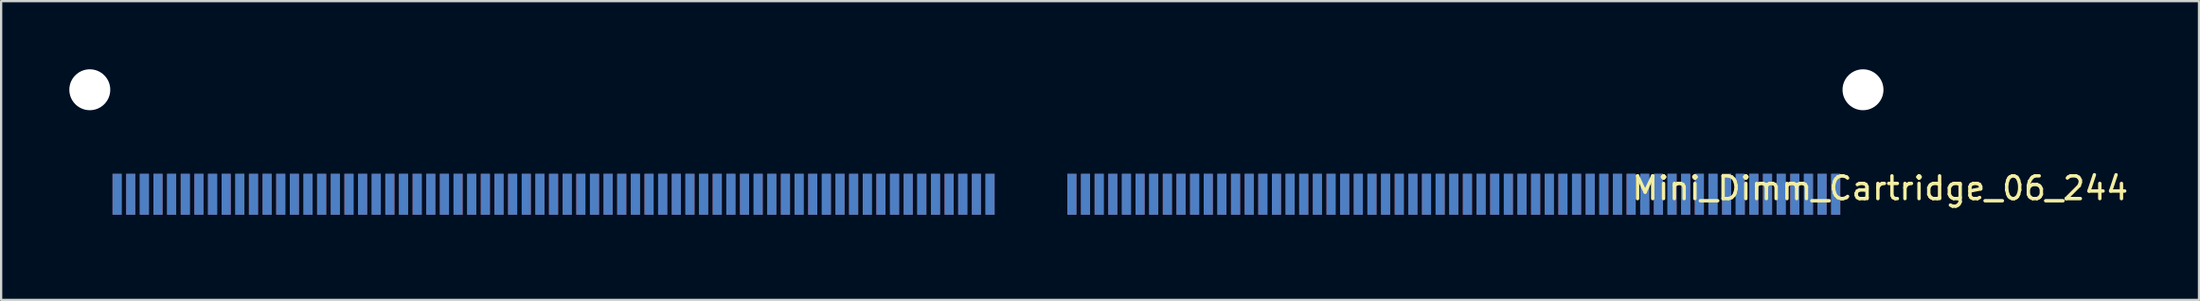
<source format=kicad_pcb>
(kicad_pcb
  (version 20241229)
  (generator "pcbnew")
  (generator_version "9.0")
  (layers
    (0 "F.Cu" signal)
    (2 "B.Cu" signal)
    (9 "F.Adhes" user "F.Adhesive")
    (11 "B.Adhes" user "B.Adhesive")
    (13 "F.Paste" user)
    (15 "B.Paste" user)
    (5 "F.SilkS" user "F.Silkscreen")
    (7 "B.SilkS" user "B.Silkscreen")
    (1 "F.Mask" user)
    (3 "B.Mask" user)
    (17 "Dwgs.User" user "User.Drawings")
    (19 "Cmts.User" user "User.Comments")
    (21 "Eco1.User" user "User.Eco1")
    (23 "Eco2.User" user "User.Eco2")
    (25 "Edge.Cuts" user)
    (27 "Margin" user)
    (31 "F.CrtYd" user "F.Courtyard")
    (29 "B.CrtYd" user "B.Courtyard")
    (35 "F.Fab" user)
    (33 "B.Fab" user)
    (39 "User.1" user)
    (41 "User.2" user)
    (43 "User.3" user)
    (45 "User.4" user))
  (footprint "Mini_Dimm_Cartridge_06_244"
    (layer "F.Cu")
    (at 39.9 6.9)
    (property "Reference" "Mini_Dimm_Cartridge_06_244" (at 39.75 -1.665 0) (layer "F.SilkS") (effects (font (size 1 1) (thickness 0.15))))
    (attr through_hole)
    (fp_poly (pts (xy -38.4 -2.3) (xy -38.4 0) (xy 38.4 0) (xy 38.4 -2.3)) (stroke (width 0.15) (type solid)) (fill yes) (layer "F.Mask"))
    (fp_poly (pts (xy -38.4 -2.3) (xy -38.4 0) (xy 38.4 0) (xy 38.4 -2.3)) (stroke (width 0.15) (type solid)) (fill yes) (layer "B.Mask"))
    (pad "" np_thru_hole circle (at -39 -6) (size 1.8 1.8) (drill 1.8) (layers "*.Cu" "*.Mask"))
    (pad "" np_thru_hole circle (at 39 -6) (size 1.8 1.8) (drill 1.8) (layers "*.Cu" "*.Mask"))
    (pad "1" smd rect (at -37.8 -1.4) (size 0.4 1.8) (layers "F.Cu" "F.Mask"))
    (pad "2" smd rect (at -37.2 -1.4) (size 0.4 1.8) (layers "F.Cu" "F.Mask"))
    (pad "3" smd rect (at -36.6 -1.4) (size 0.4 1.8) (layers "F.Cu" "F.Mask"))
    (pad "4" smd rect (at -36 -1.4) (size 0.4 1.8) (layers "F.Cu" "F.Mask"))
    (pad "5" smd rect (at -35.4 -1.4) (size 0.4 1.8) (layers "F.Cu" "F.Mask"))
    (pad "6" smd rect (at -34.8 -1.4) (size 0.4 1.8) (layers "F.Cu" "F.Mask"))
    (pad "7" smd rect (at -34.2 -1.4) (size 0.4 1.8) (layers "F.Cu" "F.Mask"))
    (pad "8" smd rect (at -33.6 -1.4) (size 0.4 1.8) (layers "F.Cu" "F.Mask"))
    (pad "9" smd rect (at -33 -1.4) (size 0.4 1.8) (layers "F.Cu" "F.Mask"))
    (pad "10" smd rect (at -32.4 -1.4) (size 0.4 1.8) (layers "F.Cu" "F.Mask"))
    (pad "11" smd rect (at -31.8 -1.4) (size 0.4 1.8) (layers "F.Cu" "F.Mask"))
    (pad "12" smd rect (at -31.2 -1.4) (size 0.4 1.8) (layers "F.Cu" "F.Mask"))
    (pad "13" smd rect (at -30.6 -1.4) (size 0.4 1.8) (layers "F.Cu" "F.Mask"))
    (pad "14" smd rect (at -30 -1.4) (size 0.4 1.8) (layers "F.Cu" "F.Mask"))
    (pad "15" smd rect (at -29.4 -1.4) (size 0.4 1.8) (layers "F.Cu" "F.Mask"))
    (pad "16" smd rect (at -28.8 -1.4) (size 0.4 1.8) (layers "F.Cu" "F.Mask"))
    (pad "17" smd rect (at -28.2 -1.4) (size 0.4 1.8) (layers "F.Cu" "F.Mask"))
    (pad "18" smd rect (at -27.6 -1.4) (size 0.4 1.8) (layers "F.Cu" "F.Mask"))
    (pad "19" smd rect (at -27 -1.4) (size 0.4 1.8) (layers "F.Cu" "F.Mask"))
    (pad "20" smd rect (at -26.4 -1.4) (size 0.4 1.8) (layers "F.Cu" "F.Mask"))
    (pad "21" smd rect (at -25.8 -1.4) (size 0.4 1.8) (layers "F.Cu" "F.Mask"))
    (pad "22" smd rect (at -25.2 -1.4) (size 0.4 1.8) (layers "F.Cu" "F.Mask"))
    (pad "23" smd rect (at -24.6 -1.4) (size 0.4 1.8) (layers "F.Cu" "F.Mask"))
    (pad "24" smd rect (at -24 -1.4) (size 0.4 1.8) (layers "F.Cu" "F.Mask"))
    (pad "25" smd rect (at -23.4 -1.4) (size 0.4 1.8) (layers "F.Cu" "F.Mask"))
    (pad "26" smd rect (at -22.8 -1.4) (size 0.4 1.8) (layers "F.Cu" "F.Mask"))
    (pad "27" smd rect (at -22.2 -1.4) (size 0.4 1.8) (layers "F.Cu" "F.Mask"))
    (pad "28" smd rect (at -21.6 -1.4) (size 0.4 1.8) (layers "F.Cu" "F.Mask"))
    (pad "29" smd rect (at -21 -1.4) (size 0.4 1.8) (layers "F.Cu" "F.Mask"))
    (pad "30" smd rect (at -20.4 -1.4) (size 0.4 1.8) (layers "F.Cu" "F.Mask"))
    (pad "31" smd rect (at -19.8 -1.4) (size 0.4 1.8) (layers "F.Cu" "F.Mask"))
    (pad "32" smd rect (at -19.2 -1.4) (size 0.4 1.8) (layers "F.Cu" "F.Mask"))
    (pad "33" smd rect (at -18.6 -1.4) (size 0.4 1.8) (layers "F.Cu" "F.Mask"))
    (pad "34" smd rect (at -18 -1.4) (size 0.4 1.8) (layers "F.Cu" "F.Mask"))
    (pad "35" smd rect (at -17.4 -1.4) (size 0.4 1.8) (layers "F.Cu" "F.Mask"))
    (pad "36" smd rect (at -16.8 -1.4) (size 0.4 1.8) (layers "F.Cu" "F.Mask"))
    (pad "37" smd rect (at -16.2 -1.4) (size 0.4 1.8) (layers "F.Cu" "F.Mask"))
    (pad "38" smd rect (at -15.6 -1.4) (size 0.4 1.8) (layers "F.Cu" "F.Mask"))
    (pad "39" smd rect (at -15 -1.4) (size 0.4 1.8) (layers "F.Cu" "F.Mask"))
    (pad "40" smd rect (at -14.4 -1.4) (size 0.4 1.8) (layers "F.Cu" "F.Mask"))
    (pad "41" smd rect (at -13.8 -1.4) (size 0.4 1.8) (layers "F.Cu" "F.Mask"))
    (pad "42" smd rect (at -13.2 -1.4) (size 0.4 1.8) (layers "F.Cu" "F.Mask"))
    (pad "43" smd rect (at -12.6 -1.4) (size 0.4 1.8) (layers "F.Cu" "F.Mask"))
    (pad "44" smd rect (at -12 -1.4) (size 0.4 1.8) (layers "F.Cu" "F.Mask"))
    (pad "45" smd rect (at -11.4 -1.4) (size 0.4 1.8) (layers "F.Cu" "F.Mask"))
    (pad "46" smd rect (at -10.8 -1.4) (size 0.4 1.8) (layers "F.Cu" "F.Mask"))
    (pad "47" smd rect (at -10.2 -1.4) (size 0.4 1.8) (layers "F.Cu" "F.Mask"))
    (pad "48" smd rect (at -9.6 -1.4) (size 0.4 1.8) (layers "F.Cu" "F.Mask"))
    (pad "49" smd rect (at -9 -1.4) (size 0.4 1.8) (layers "F.Cu" "F.Mask"))
    (pad "50" smd rect (at -8.4 -1.4) (size 0.4 1.8) (layers "F.Cu" "F.Mask"))
    (pad "51" smd rect (at -7.8 -1.4) (size 0.4 1.8) (layers "F.Cu" "F.Mask"))
    (pad "52" smd rect (at -7.2 -1.4) (size 0.4 1.8) (layers "F.Cu" "F.Mask"))
    (pad "53" smd rect (at -6.6 -1.4) (size 0.4 1.8) (layers "F.Cu" "F.Mask"))
    (pad "54" smd rect (at -6 -1.4) (size 0.4 1.8) (layers "F.Cu" "F.Mask"))
    (pad "55" smd rect (at -5.4 -1.4) (size 0.4 1.8) (layers "F.Cu" "F.Mask"))
    (pad "56" smd rect (at -4.8 -1.4) (size 0.4 1.8) (layers "F.Cu" "F.Mask"))
    (pad "57" smd rect (at -4.2 -1.4) (size 0.4 1.8) (layers "F.Cu" "F.Mask"))
    (pad "58" smd rect (at -3.6 -1.4) (size 0.4 1.8) (layers "F.Cu" "F.Mask"))
    (pad "59" smd rect (at -3 -1.4) (size 0.4 1.8) (layers "F.Cu" "F.Mask"))
    (pad "60" smd rect (at -2.4 -1.4) (size 0.4 1.8) (layers "F.Cu" "F.Mask"))
    (pad "61" smd rect (at -1.8 -1.4) (size 0.4 1.8) (layers "F.Cu" "F.Mask"))
    (pad "62" smd rect (at -1.2 -1.4) (size 0.4 1.8) (layers "F.Cu" "F.Mask"))
    (pad "63" smd rect (at -0.6 -1.4) (size 0.4 1.8) (layers "F.Cu" "F.Mask"))
    (pad "64" smd rect (at 0 -1.4) (size 0.4 1.8) (layers "F.Cu" "F.Mask"))
    (pad "65" smd rect (at 0.6 -1.4) (size 0.4 1.8) (layers "F.Cu" "F.Mask"))
    (pad "66" smd rect (at 4.2 -1.4) (size 0.4 1.8) (layers "F.Cu" "F.Mask"))
    (pad "67" smd rect (at 4.8 -1.4) (size 0.4 1.8) (layers "F.Cu" "F.Mask"))
    (pad "68" smd rect (at 5.4 -1.4) (size 0.4 1.8) (layers "F.Cu" "F.Mask"))
    (pad "69" smd rect (at 6 -1.4) (size 0.4 1.8) (layers "F.Cu" "F.Mask"))
    (pad "70" smd rect (at 6.6 -1.4) (size 0.4 1.8) (layers "F.Cu" "F.Mask"))
    (pad "71" smd rect (at 7.2 -1.4) (size 0.4 1.8) (layers "F.Cu" "F.Mask"))
    (pad "72" smd rect (at 7.8 -1.4) (size 0.4 1.8) (layers "F.Cu" "F.Mask"))
    (pad "73" smd rect (at 8.4 -1.4) (size 0.4 1.8) (layers "F.Cu" "F.Mask"))
    (pad "74" smd rect (at 9 -1.4) (size 0.4 1.8) (layers "F.Cu" "F.Mask"))
    (pad "75" smd rect (at 9.6 -1.4) (size 0.4 1.8) (layers "F.Cu" "F.Mask"))
    (pad "76" smd rect (at 10.2 -1.4) (size 0.4 1.8) (layers "F.Cu" "F.Mask"))
    (pad "77" smd rect (at 10.8 -1.4) (size 0.4 1.8) (layers "F.Cu" "F.Mask"))
    (pad "78" smd rect (at 11.4 -1.4) (size 0.4 1.8) (layers "F.Cu" "F.Mask"))
    (pad "79" smd rect (at 12 -1.4) (size 0.4 1.8) (layers "F.Cu" "F.Mask"))
    (pad "80" smd rect (at 12.6 -1.4) (size 0.4 1.8) (layers "F.Cu" "F.Mask"))
    (pad "81" smd rect (at 13.2 -1.4) (size 0.4 1.8) (layers "F.Cu" "F.Mask"))
    (pad "82" smd rect (at 13.8 -1.4) (size 0.4 1.8) (layers "F.Cu" "F.Mask"))
    (pad "83" smd rect (at 14.4 -1.4) (size 0.4 1.8) (layers "F.Cu" "F.Mask"))
    (pad "84" smd rect (at 15 -1.4) (size 0.4 1.8) (layers "F.Cu" "F.Mask"))
    (pad "85" smd rect (at 15.6 -1.4) (size 0.4 1.8) (layers "F.Cu" "F.Mask"))
    (pad "86" smd rect (at 16.2 -1.4) (size 0.4 1.8) (layers "F.Cu" "F.Mask"))
    (pad "87" smd rect (at 16.8 -1.4) (size 0.4 1.8) (layers "F.Cu" "F.Mask"))
    (pad "88" smd rect (at 17.4 -1.4) (size 0.4 1.8) (layers "F.Cu" "F.Mask"))
    (pad "89" smd rect (at 18 -1.4) (size 0.4 1.8) (layers "F.Cu" "F.Mask"))
    (pad "90" smd rect (at 18.6 -1.4) (size 0.4 1.8) (layers "F.Cu" "F.Mask"))
    (pad "91" smd rect (at 19.2 -1.4) (size 0.4 1.8) (layers "F.Cu" "F.Mask"))
    (pad "92" smd rect (at 19.8 -1.4) (size 0.4 1.8) (layers "F.Cu" "F.Mask"))
    (pad "93" smd rect (at 20.4 -1.4) (size 0.4 1.8) (layers "F.Cu" "F.Mask"))
    (pad "94" smd rect (at 21 -1.4) (size 0.4 1.8) (layers "F.Cu" "F.Mask"))
    (pad "95" smd rect (at 21.6 -1.4) (size 0.4 1.8) (layers "F.Cu" "F.Mask"))
    (pad "96" smd rect (at 22.2 -1.4) (size 0.4 1.8) (layers "F.Cu" "F.Mask"))
    (pad "97" smd rect (at 22.8 -1.4) (size 0.4 1.8) (layers "F.Cu" "F.Mask"))
    (pad "98" smd rect (at 23.4 -1.4) (size 0.4 1.8) (layers "F.Cu" "F.Mask"))
    (pad "99" smd rect (at 24 -1.4) (size 0.4 1.8) (layers "F.Cu" "F.Mask"))
    (pad "100" smd rect (at 24.6 -1.4) (size 0.4 1.8) (layers "F.Cu" "F.Mask"))
    (pad "101" smd rect (at 25.2 -1.4) (size 0.4 1.8) (layers "F.Cu" "F.Mask"))
    (pad "102" smd rect (at 25.8 -1.4) (size 0.4 1.8) (layers "F.Cu" "F.Mask"))
    (pad "103" smd rect (at 26.4 -1.4) (size 0.4 1.8) (layers "F.Cu" "F.Mask"))
    (pad "104" smd rect (at 27 -1.4) (size 0.4 1.8) (layers "F.Cu" "F.Mask"))
    (pad "105" smd rect (at 27.6 -1.4) (size 0.4 1.8) (layers "F.Cu" "F.Mask"))
    (pad "106" smd rect (at 28.2 -1.4) (size 0.4 1.8) (layers "F.Cu" "F.Mask"))
    (pad "107" smd rect (at 28.8 -1.4) (size 0.4 1.8) (layers "F.Cu" "F.Mask"))
    (pad "108" smd rect (at 29.4 -1.4) (size 0.4 1.8) (layers "F.Cu" "F.Mask"))
    (pad "109" smd rect (at 30 -1.4) (size 0.4 1.8) (layers "F.Cu" "F.Mask"))
    (pad "110" smd rect (at 30.6 -1.4) (size 0.4 1.8) (layers "F.Cu" "F.Mask"))
    (pad "111" smd rect (at 31.2 -1.4) (size 0.4 1.8) (layers "F.Cu" "F.Mask"))
    (pad "112" smd rect (at 31.8 -1.4) (size 0.4 1.8) (layers "F.Cu" "F.Mask"))
    (pad "113" smd rect (at 32.4 -1.4) (size 0.4 1.8) (layers "F.Cu" "F.Mask"))
    (pad "114" smd rect (at 33 -1.4) (size 0.4 1.8) (layers "F.Cu" "F.Mask"))
    (pad "115" smd rect (at 33.6 -1.4) (size 0.4 1.8) (layers "F.Cu" "F.Mask"))
    (pad "116" smd rect (at 34.2 -1.4) (size 0.4 1.8) (layers "F.Cu" "F.Mask"))
    (pad "117" smd rect (at 34.8 -1.4) (size 0.4 1.8) (layers "F.Cu" "F.Mask"))
    (pad "118" smd rect (at 35.4 -1.4) (size 0.4 1.8) (layers "F.Cu" "F.Mask"))
    (pad "119" smd rect (at 36 -1.4) (size 0.4 1.8) (layers "F.Cu" "F.Mask"))
    (pad "120" smd rect (at 36.6 -1.4) (size 0.4 1.8) (layers "F.Cu" "F.Mask"))
    (pad "121" smd rect (at 37.2 -1.4) (size 0.4 1.8) (layers "F.Cu" "F.Mask"))
    (pad "122" smd rect (at 37.8 -1.4) (size 0.4 1.8) (layers "F.Cu" "F.Mask"))
    (pad "123" smd rect (at 37.8 -1.4) (size 0.4 1.8) (layers "B.Cu" "B.Mask"))
    (pad "124" smd rect (at 37.2 -1.4) (size 0.4 1.8) (layers "B.Cu" "B.Mask"))
    (pad "125" smd rect (at 36.6 -1.4) (size 0.4 1.8) (layers "B.Cu" "B.Mask"))
    (pad "126" smd rect (at 36 -1.4) (size 0.4 1.8) (layers "B.Cu" "B.Mask"))
    (pad "127" smd rect (at 35.4 -1.4) (size 0.4 1.8) (layers "B.Cu" "B.Mask"))
    (pad "128" smd rect (at 34.8 -1.4) (size 0.4 1.8) (layers "B.Cu" "B.Mask"))
    (pad "129" smd rect (at 34.2 -1.4) (size 0.4 1.8) (layers "B.Cu" "B.Mask"))
    (pad "130" smd rect (at 33.6 -1.4) (size 0.4 1.8) (layers "B.Cu" "B.Mask"))
    (pad "131" smd rect (at 33 -1.4) (size 0.4 1.8) (layers "B.Cu" "B.Mask"))
    (pad "132" smd rect (at 32.4 -1.4) (size 0.4 1.8) (layers "B.Cu" "B.Mask"))
    (pad "133" smd rect (at 31.8 -1.4) (size 0.4 1.8) (layers "B.Cu" "B.Mask"))
    (pad "134" smd rect (at 31.2 -1.4) (size 0.4 1.8) (layers "B.Cu" "B.Mask"))
    (pad "135" smd rect (at 30.6 -1.4) (size 0.4 1.8) (layers "B.Cu" "B.Mask"))
    (pad "136" smd rect (at 30 -1.4) (size 0.4 1.8) (layers "B.Cu" "B.Mask"))
    (pad "137" smd rect (at 29.4 -1.4) (size 0.4 1.8) (layers "B.Cu" "B.Mask"))
    (pad "138" smd rect (at 28.8 -1.4) (size 0.4 1.8) (layers "B.Cu" "B.Mask"))
    (pad "139" smd rect (at 28.2 -1.4) (size 0.4 1.8) (layers "B.Cu" "B.Mask"))
    (pad "140" smd rect (at 27.6 -1.4) (size 0.4 1.8) (layers "B.Cu" "B.Mask"))
    (pad "141" smd rect (at 27 -1.4) (size 0.4 1.8) (layers "B.Cu" "B.Mask"))
    (pad "142" smd rect (at 26.4 -1.4) (size 0.4 1.8) (layers "B.Cu" "B.Mask"))
    (pad "143" smd rect (at 25.8 -1.4) (size 0.4 1.8) (layers "B.Cu" "B.Mask"))
    (pad "144" smd rect (at 25.2 -1.4) (size 0.4 1.8) (layers "B.Cu" "B.Mask"))
    (pad "145" smd rect (at 24.6 -1.4) (size 0.4 1.8) (layers "B.Cu" "B.Mask"))
    (pad "146" smd rect (at 24 -1.4) (size 0.4 1.8) (layers "B.Cu" "B.Mask"))
    (pad "147" smd rect (at 23.4 -1.4) (size 0.4 1.8) (layers "B.Cu" "B.Mask"))
    (pad "148" smd rect (at 22.8 -1.4) (size 0.4 1.8) (layers "B.Cu" "B.Mask"))
    (pad "149" smd rect (at 22.2 -1.4) (size 0.4 1.8) (layers "B.Cu" "B.Mask"))
    (pad "150" smd rect (at 21.6 -1.4) (size 0.4 1.8) (layers "B.Cu" "B.Mask"))
    (pad "151" smd rect (at 21 -1.4) (size 0.4 1.8) (layers "B.Cu" "B.Mask"))
    (pad "152" smd rect (at 20.4 -1.4) (size 0.4 1.8) (layers "B.Cu" "B.Mask"))
    (pad "153" smd rect (at 19.8 -1.4) (size 0.4 1.8) (layers "B.Cu" "B.Mask"))
    (pad "154" smd rect (at 19.2 -1.4) (size 0.4 1.8) (layers "B.Cu" "B.Mask"))
    (pad "155" smd rect (at 18.6 -1.4) (size 0.4 1.8) (layers "B.Cu" "B.Mask"))
    (pad "156" smd rect (at 18 -1.4) (size 0.4 1.8) (layers "B.Cu" "B.Mask"))
    (pad "157" smd rect (at 17.4 -1.4) (size 0.4 1.8) (layers "B.Cu" "B.Mask"))
    (pad "158" smd rect (at 16.8 -1.4) (size 0.4 1.8) (layers "B.Cu" "B.Mask"))
    (pad "159" smd rect (at 16.2 -1.4) (size 0.4 1.8) (layers "B.Cu" "B.Mask"))
    (pad "160" smd rect (at 15.6 -1.4) (size 0.4 1.8) (layers "B.Cu" "B.Mask"))
    (pad "161" smd rect (at 15 -1.4) (size 0.4 1.8) (layers "B.Cu" "B.Mask"))
    (pad "162" smd rect (at 14.4 -1.4) (size 0.4 1.8) (layers "B.Cu" "B.Mask"))
    (pad "163" smd rect (at 13.8 -1.4) (size 0.4 1.8) (layers "B.Cu" "B.Mask"))
    (pad "164" smd rect (at 13.2 -1.4) (size 0.4 1.8) (layers "B.Cu" "B.Mask"))
    (pad "165" smd rect (at 12.6 -1.4) (size 0.4 1.8) (layers "B.Cu" "B.Mask"))
    (pad "166" smd rect (at 12 -1.4) (size 0.4 1.8) (layers "B.Cu" "B.Mask"))
    (pad "167" smd rect (at 11.4 -1.4) (size 0.4 1.8) (layers "B.Cu" "B.Mask"))
    (pad "168" smd rect (at 10.8 -1.4) (size 0.4 1.8) (layers "B.Cu" "B.Mask"))
    (pad "169" smd rect (at 10.2 -1.4) (size 0.4 1.8) (layers "B.Cu" "B.Mask"))
    (pad "170" smd rect (at 9.6 -1.4) (size 0.4 1.8) (layers "B.Cu" "B.Mask"))
    (pad "171" smd rect (at 9 -1.4) (size 0.4 1.8) (layers "B.Cu" "B.Mask"))
    (pad "172" smd rect (at 8.4 -1.4) (size 0.4 1.8) (layers "B.Cu" "B.Mask"))
    (pad "173" smd rect (at 7.8 -1.4) (size 0.4 1.8) (layers "B.Cu" "B.Mask"))
    (pad "174" smd rect (at 7.2 -1.4) (size 0.4 1.8) (layers "B.Cu" "B.Mask"))
    (pad "175" smd rect (at 6.6 -1.4) (size 0.4 1.8) (layers "B.Cu" "B.Mask"))
    (pad "176" smd rect (at 6 -1.4) (size 0.4 1.8) (layers "B.Cu" "B.Mask"))
    (pad "177" smd rect (at 5.4 -1.4) (size 0.4 1.8) (layers "B.Cu" "B.Mask"))
    (pad "178" smd rect (at 4.8 -1.4) (size 0.4 1.8) (layers "B.Cu" "B.Mask"))
    (pad "179" smd rect (at 4.2 -1.4) (size 0.4 1.8) (layers "B.Cu" "B.Mask"))
    (pad "180" smd rect (at 0.6 -1.4) (size 0.4 1.8) (layers "B.Cu" "B.Mask"))
    (pad "181" smd rect (at 0 -1.4) (size 0.4 1.8) (layers "B.Cu" "B.Mask"))
    (pad "182" smd rect (at -0.6 -1.4) (size 0.4 1.8) (layers "B.Cu" "B.Mask"))
    (pad "183" smd rect (at -1.2 -1.4) (size 0.4 1.8) (layers "B.Cu" "B.Mask"))
    (pad "184" smd rect (at -1.8 -1.4) (size 0.4 1.8) (layers "B.Cu" "B.Mask"))
    (pad "185" smd rect (at -2.4 -1.4) (size 0.4 1.8) (layers "B.Cu" "B.Mask"))
    (pad "186" smd rect (at -3 -1.4) (size 0.4 1.8) (layers "B.Cu" "B.Mask"))
    (pad "187" smd rect (at -3.6 -1.4) (size 0.4 1.8) (layers "B.Cu" "B.Mask"))
    (pad "188" smd rect (at -4.2 -1.4) (size 0.4 1.8) (layers "B.Cu" "B.Mask"))
    (pad "189" smd rect (at -4.8 -1.4) (size 0.4 1.8) (layers "B.Cu" "B.Mask"))
    (pad "190" smd rect (at -5.4 -1.4) (size 0.4 1.8) (layers "B.Cu" "B.Mask"))
    (pad "191" smd rect (at -6 -1.4) (size 0.4 1.8) (layers "B.Cu" "B.Mask"))
    (pad "192" smd rect (at -6.6 -1.4) (size 0.4 1.8) (layers "B.Cu" "B.Mask"))
    (pad "193" smd rect (at -7.2 -1.4) (size 0.4 1.8) (layers "B.Cu" "B.Mask"))
    (pad "194" smd rect (at -7.8 -1.4) (size 0.4 1.8) (layers "B.Cu" "B.Mask"))
    (pad "195" smd rect (at -8.4 -1.4) (size 0.4 1.8) (layers "B.Cu" "B.Mask"))
    (pad "196" smd rect (at -9 -1.4) (size 0.4 1.8) (layers "B.Cu" "B.Mask"))
    (pad "197" smd rect (at -9.6 -1.4) (size 0.4 1.8) (layers "B.Cu" "B.Mask"))
    (pad "198" smd rect (at -10.2 -1.4) (size 0.4 1.8) (layers "B.Cu" "B.Mask"))
    (pad "199" smd rect (at -10.8 -1.4) (size 0.4 1.8) (layers "B.Cu" "B.Mask"))
    (pad "200" smd rect (at -11.4 -1.4) (size 0.4 1.8) (layers "B.Cu" "B.Mask"))
    (pad "201" smd rect (at -12 -1.4) (size 0.4 1.8) (layers "B.Cu" "B.Mask"))
    (pad "202" smd rect (at -12.6 -1.4) (size 0.4 1.8) (layers "B.Cu" "B.Mask"))
    (pad "203" smd rect (at -13.2 -1.4) (size 0.4 1.8) (layers "B.Cu" "B.Mask"))
    (pad "204" smd rect (at -13.8 -1.4) (size 0.4 1.8) (layers "B.Cu" "B.Mask"))
    (pad "205" smd rect (at -14.4 -1.4) (size 0.4 1.8) (layers "B.Cu" "B.Mask"))
    (pad "206" smd rect (at -15 -1.4) (size 0.4 1.8) (layers "B.Cu" "B.Mask"))
    (pad "207" smd rect (at -15.6 -1.4) (size 0.4 1.8) (layers "B.Cu" "B.Mask"))
    (pad "208" smd rect (at -16.2 -1.4) (size 0.4 1.8) (layers "B.Cu" "B.Mask"))
    (pad "209" smd rect (at -16.8 -1.4) (size 0.4 1.8) (layers "B.Cu" "B.Mask"))
    (pad "210" smd rect (at -17.4 -1.4) (size 0.4 1.8) (layers "B.Cu" "B.Mask"))
    (pad "211" smd rect (at -18 -1.4) (size 0.4 1.8) (layers "B.Cu" "B.Mask"))
    (pad "212" smd rect (at -18.6 -1.4) (size 0.4 1.8) (layers "B.Cu" "B.Mask"))
    (pad "213" smd rect (at -19.2 -1.4) (size 0.4 1.8) (layers "B.Cu" "B.Mask"))
    (pad "214" smd rect (at -19.8 -1.4) (size 0.4 1.8) (layers "B.Cu" "B.Mask"))
    (pad "215" smd rect (at -20.4 -1.4) (size 0.4 1.8) (layers "B.Cu" "B.Mask"))
    (pad "216" smd rect (at -21 -1.4) (size 0.4 1.8) (layers "B.Cu" "B.Mask"))
    (pad "217" smd rect (at -21.6 -1.4) (size 0.4 1.8) (layers "B.Cu" "B.Mask"))
    (pad "218" smd rect (at -22.2 -1.4) (size 0.4 1.8) (layers "B.Cu" "B.Mask"))
    (pad "219" smd rect (at -22.8 -1.4) (size 0.4 1.8) (layers "B.Cu" "B.Mask"))
    (pad "220" smd rect (at -23.4 -1.4) (size 0.4 1.8) (layers "B.Cu" "B.Mask"))
    (pad "221" smd rect (at -24 -1.4) (size 0.4 1.8) (layers "B.Cu" "B.Mask"))
    (pad "222" smd rect (at -24.6 -1.4) (size 0.4 1.8) (layers "B.Cu" "B.Mask"))
    (pad "223" smd rect (at -25.2 -1.4) (size 0.4 1.8) (layers "B.Cu" "B.Mask"))
    (pad "224" smd rect (at -25.8 -1.4) (size 0.4 1.8) (layers "B.Cu" "B.Mask"))
    (pad "225" smd rect (at -26.4 -1.4) (size 0.4 1.8) (layers "B.Cu" "B.Mask"))
    (pad "226" smd rect (at -27 -1.4) (size 0.4 1.8) (layers "B.Cu" "B.Mask"))
    (pad "227" smd rect (at -27.6 -1.4) (size 0.4 1.8) (layers "B.Cu" "B.Mask"))
    (pad "228" smd rect (at -28.2 -1.4) (size 0.4 1.8) (layers "B.Cu" "B.Mask"))
    (pad "229" smd rect (at -28.8 -1.4) (size 0.4 1.8) (layers "B.Cu" "B.Mask"))
    (pad "230" smd rect (at -29.4 -1.4) (size 0.4 1.8) (layers "B.Cu" "B.Mask"))
    (pad "231" smd rect (at -30 -1.4) (size 0.4 1.8) (layers "B.Cu" "B.Mask"))
    (pad "232" smd rect (at -30.6 -1.4) (size 0.4 1.8) (layers "B.Cu" "B.Mask"))
    (pad "233" smd rect (at -31.2 -1.4) (size 0.4 1.8) (layers "B.Cu" "B.Mask"))
    (pad "234" smd rect (at -31.8 -1.4) (size 0.4 1.8) (layers "B.Cu" "B.Mask"))
    (pad "235" smd rect (at -32.4 -1.4) (size 0.4 1.8) (layers "B.Cu" "B.Mask"))
    (pad "236" smd rect (at -33 -1.4) (size 0.4 1.8) (layers "B.Cu" "B.Mask"))
    (pad "237" smd rect (at -33.6 -1.4) (size 0.4 1.8) (layers "B.Cu" "B.Mask"))
    (pad "238" smd rect (at -34.2 -1.4) (size 0.4 1.8) (layers "B.Cu" "B.Mask"))
    (pad "239" smd rect (at -34.8 -1.4) (size 0.4 1.8) (layers "B.Cu" "B.Mask"))
    (pad "240" smd rect (at -35.4 -1.4) (size 0.4 1.8) (layers "B.Cu" "B.Mask"))
    (pad "241" smd rect (at -36 -1.4) (size 0.4 1.8) (layers "B.Cu" "B.Mask"))
    (pad "242" smd rect (at -36.6 -1.4) (size 0.4 1.8) (layers "B.Cu" "B.Mask"))
    (pad "243" smd rect (at -37.2 -1.4) (size 0.4 1.8) (layers "B.Cu" "B.Mask"))
    (pad "244" smd rect (at -37.8 -1.4) (size 0.4 1.8) (layers "B.Cu" "B.Mask")))
  (gr_rect
    (start -3 -3)
    (end 93.68 10.15)
    (stroke (width 0.1) (type default))
    (fill no)
    (layer "Edge.Cuts")))
</source>
